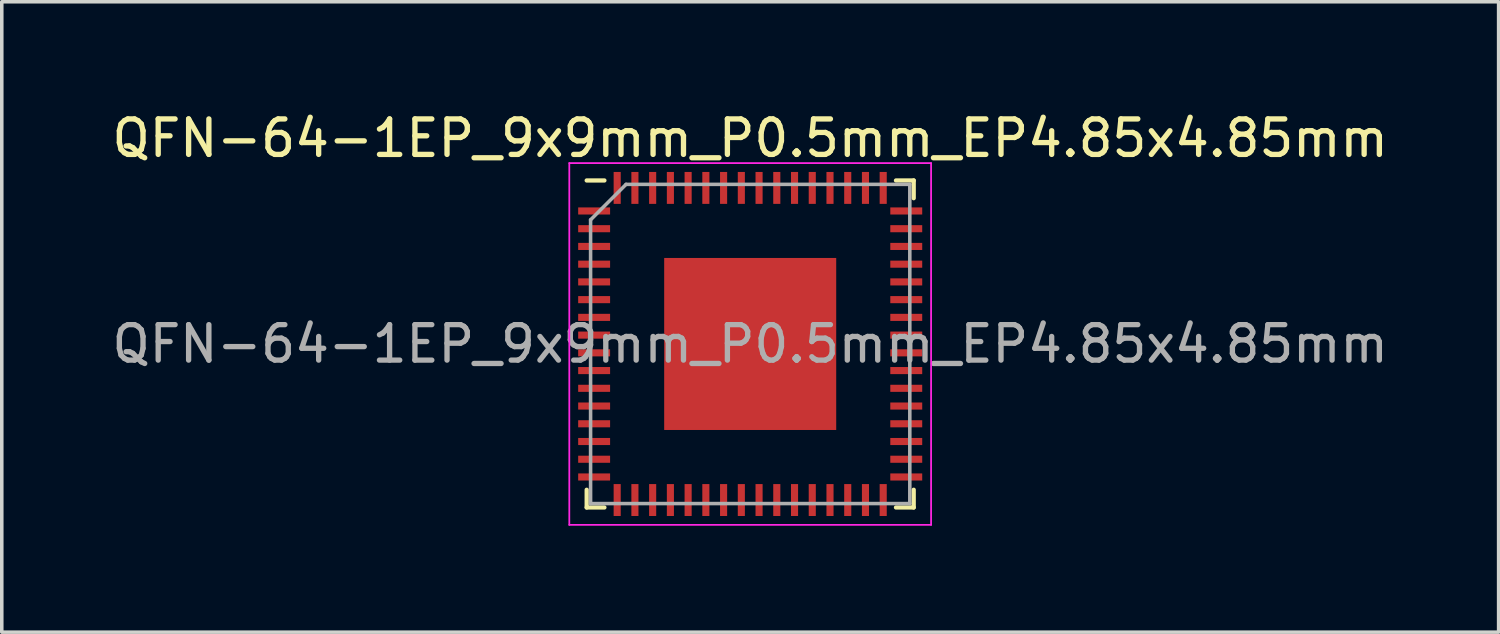
<source format=kicad_pcb>
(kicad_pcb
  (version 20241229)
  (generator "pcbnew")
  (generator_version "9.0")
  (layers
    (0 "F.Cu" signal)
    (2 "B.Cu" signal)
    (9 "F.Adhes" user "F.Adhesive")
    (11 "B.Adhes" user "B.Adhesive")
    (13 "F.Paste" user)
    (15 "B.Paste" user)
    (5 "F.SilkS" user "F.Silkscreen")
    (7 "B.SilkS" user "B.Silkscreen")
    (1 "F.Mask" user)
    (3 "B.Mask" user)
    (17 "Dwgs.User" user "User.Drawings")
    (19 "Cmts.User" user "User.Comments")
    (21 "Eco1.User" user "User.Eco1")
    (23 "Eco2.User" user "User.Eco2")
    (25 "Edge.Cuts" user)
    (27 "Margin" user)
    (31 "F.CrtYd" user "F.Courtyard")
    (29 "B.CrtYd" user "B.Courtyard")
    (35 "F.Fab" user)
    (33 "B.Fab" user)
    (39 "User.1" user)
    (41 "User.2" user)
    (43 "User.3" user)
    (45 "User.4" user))
  (footprint "QFN-64-1EP_9x9mm_P0.5mm_EP4.85x4.85mm"
    (layer "F.Cu")
    (at 18.101 6.648)
    (property "Reference" "QFN-64-1EP_9x9mm_P0.5mm_EP4.85x4.85mm" (at 0 -5.8 0) (layer "F.SilkS") (effects (font (size 1 1) (thickness 0.15))))
    (attr smd)
    (fp_line (start -4.61 4.61) (end -4.61 4.11) (stroke (width 0.12) (type solid)) (layer "F.SilkS"))
    (fp_line (start -4.11 -4.61) (end -4.61 -4.61) (stroke (width 0.12) (type solid)) (layer "F.SilkS"))
    (fp_line (start -4.11 4.61) (end -4.61 4.61) (stroke (width 0.12) (type solid)) (layer "F.SilkS"))
    (fp_line (start 4.11 -4.61) (end 4.61 -4.61) (stroke (width 0.12) (type solid)) (layer "F.SilkS"))
    (fp_line (start 4.11 4.61) (end 4.61 4.61) (stroke (width 0.12) (type solid)) (layer "F.SilkS"))
    (fp_line (start 4.61 -4.61) (end 4.61 -4.11) (stroke (width 0.12) (type solid)) (layer "F.SilkS"))
    (fp_line (start 4.61 4.61) (end 4.61 4.11) (stroke (width 0.12) (type solid)) (layer "F.SilkS"))
    (fp_line (start -5.1 -5.1) (end -5.1 5.1) (stroke (width 0.05) (type solid)) (layer "F.CrtYd"))
    (fp_line (start -5.1 5.1) (end 5.1 5.1) (stroke (width 0.05) (type solid)) (layer "F.CrtYd"))
    (fp_line (start 5.1 -5.1) (end -5.1 -5.1) (stroke (width 0.05) (type solid)) (layer "F.CrtYd"))
    (fp_line (start 5.1 5.1) (end 5.1 -5.1) (stroke (width 0.05) (type solid)) (layer "F.CrtYd"))
    (fp_line (start -4.5 -3.5) (end -3.5 -4.5) (stroke (width 0.1) (type solid)) (layer "F.Fab"))
    (fp_line (start -4.5 4.5) (end -4.5 -3.5) (stroke (width 0.1) (type solid)) (layer "F.Fab"))
    (fp_line (start -3.5 -4.5) (end 4.5 -4.5) (stroke (width 0.1) (type solid)) (layer "F.Fab"))
    (fp_line (start 4.5 -4.5) (end 4.5 4.5) (stroke (width 0.1) (type solid)) (layer "F.Fab"))
    (fp_line (start 4.5 4.5) (end -4.5 4.5) (stroke (width 0.1) (type solid)) (layer "F.Fab"))
    (fp_text user "${REFERENCE}" (at 0 0 0) (layer "F.Fab") (effects (font (size 1 1) (thickness 0.15))))
    (pad "" smd rect (at -1.54 -1.54) (size 1.3 1.3) (layers "F.Paste"))
    (pad "" smd rect (at -1.54 0) (size 1.3 1.3) (layers "F.Paste"))
    (pad "" smd rect (at -1.54 1.54) (size 1.3 1.3) (layers "F.Paste"))
    (pad "" smd rect (at 0 -1.54) (size 1.3 1.3) (layers "F.Paste"))
    (pad "" smd rect (at 0 0) (size 1.3 1.3) (layers "F.Paste"))
    (pad "" smd rect (at 0 1.54) (size 1.3 1.3) (layers "F.Paste"))
    (pad "" smd rect (at 1.54 -1.54) (size 1.3 1.3) (layers "F.Paste"))
    (pad "" smd rect (at 1.54 0) (size 1.3 1.3) (layers "F.Paste"))
    (pad "" smd rect (at 1.54 1.54) (size 1.3 1.3) (layers "F.Paste"))
    (pad "1" smd rect (at -4.4 -3.75) (size 0.9 0.2) (layers "F.Cu" "F.Mask" "F.Paste"))
    (pad "2" smd rect (at -4.4 -3.25) (size 0.9 0.2) (layers "F.Cu" "F.Mask" "F.Paste"))
    (pad "3" smd rect (at -4.4 -2.75) (size 0.9 0.2) (layers "F.Cu" "F.Mask" "F.Paste"))
    (pad "4" smd rect (at -4.4 -2.25) (size 0.9 0.2) (layers "F.Cu" "F.Mask" "F.Paste"))
    (pad "5" smd rect (at -4.4 -1.75) (size 0.9 0.2) (layers "F.Cu" "F.Mask" "F.Paste"))
    (pad "6" smd rect (at -4.4 -1.25) (size 0.9 0.2) (layers "F.Cu" "F.Mask" "F.Paste"))
    (pad "7" smd rect (at -4.4 -0.75) (size 0.9 0.2) (layers "F.Cu" "F.Mask" "F.Paste"))
    (pad "8" smd rect (at -4.4 -0.25) (size 0.9 0.2) (layers "F.Cu" "F.Mask" "F.Paste"))
    (pad "9" smd rect (at -4.4 0.25) (size 0.9 0.2) (layers "F.Cu" "F.Mask" "F.Paste"))
    (pad "10" smd rect (at -4.4 0.75) (size 0.9 0.2) (layers "F.Cu" "F.Mask" "F.Paste"))
    (pad "11" smd rect (at -4.4 1.25) (size 0.9 0.2) (layers "F.Cu" "F.Mask" "F.Paste"))
    (pad "12" smd rect (at -4.4 1.75) (size 0.9 0.2) (layers "F.Cu" "F.Mask" "F.Paste"))
    (pad "13" smd rect (at -4.4 2.25) (size 0.9 0.2) (layers "F.Cu" "F.Mask" "F.Paste"))
    (pad "14" smd rect (at -4.4 2.75) (size 0.9 0.2) (layers "F.Cu" "F.Mask" "F.Paste"))
    (pad "15" smd rect (at -4.4 3.25) (size 0.9 0.2) (layers "F.Cu" "F.Mask" "F.Paste"))
    (pad "16" smd rect (at -4.4 3.75) (size 0.9 0.2) (layers "F.Cu" "F.Mask" "F.Paste"))
    (pad "17" smd rect (at -3.75 4.4) (size 0.2 0.9) (layers "F.Cu" "F.Mask" "F.Paste"))
    (pad "18" smd rect (at -3.25 4.4) (size 0.2 0.9) (layers "F.Cu" "F.Mask" "F.Paste"))
    (pad "19" smd rect (at -2.75 4.4) (size 0.2 0.9) (layers "F.Cu" "F.Mask" "F.Paste"))
    (pad "20" smd rect (at -2.25 4.4) (size 0.2 0.9) (layers "F.Cu" "F.Mask" "F.Paste"))
    (pad "21" smd rect (at -1.75 4.4) (size 0.2 0.9) (layers "F.Cu" "F.Mask" "F.Paste"))
    (pad "22" smd rect (at -1.25 4.4) (size 0.2 0.9) (layers "F.Cu" "F.Mask" "F.Paste"))
    (pad "23" smd rect (at -0.75 4.4) (size 0.2 0.9) (layers "F.Cu" "F.Mask" "F.Paste"))
    (pad "24" smd rect (at -0.25 4.4) (size 0.2 0.9) (layers "F.Cu" "F.Mask" "F.Paste"))
    (pad "25" smd rect (at 0.25 4.4) (size 0.2 0.9) (layers "F.Cu" "F.Mask" "F.Paste"))
    (pad "26" smd rect (at 0.75 4.4) (size 0.2 0.9) (layers "F.Cu" "F.Mask" "F.Paste"))
    (pad "27" smd rect (at 1.25 4.4) (size 0.2 0.9) (layers "F.Cu" "F.Mask" "F.Paste"))
    (pad "28" smd rect (at 1.75 4.4) (size 0.2 0.9) (layers "F.Cu" "F.Mask" "F.Paste"))
    (pad "29" smd rect (at 2.25 4.4) (size 0.2 0.9) (layers "F.Cu" "F.Mask" "F.Paste"))
    (pad "30" smd rect (at 2.75 4.4) (size 0.2 0.9) (layers "F.Cu" "F.Mask" "F.Paste"))
    (pad "31" smd rect (at 3.25 4.4) (size 0.2 0.9) (layers "F.Cu" "F.Mask" "F.Paste"))
    (pad "32" smd rect (at 3.75 4.4) (size 0.2 0.9) (layers "F.Cu" "F.Mask" "F.Paste"))
    (pad "33" smd rect (at 4.4 3.75) (size 0.9 0.2) (layers "F.Cu" "F.Mask" "F.Paste"))
    (pad "34" smd rect (at 4.4 3.25) (size 0.9 0.2) (layers "F.Cu" "F.Mask" "F.Paste"))
    (pad "35" smd rect (at 4.4 2.75) (size 0.9 0.2) (layers "F.Cu" "F.Mask" "F.Paste"))
    (pad "36" smd rect (at 4.4 2.25) (size 0.9 0.2) (layers "F.Cu" "F.Mask" "F.Paste"))
    (pad "37" smd rect (at 4.4 1.75) (size 0.9 0.2) (layers "F.Cu" "F.Mask" "F.Paste"))
    (pad "38" smd rect (at 4.4 1.25) (size 0.9 0.2) (layers "F.Cu" "F.Mask" "F.Paste"))
    (pad "39" smd rect (at 4.4 0.75) (size 0.9 0.2) (layers "F.Cu" "F.Mask" "F.Paste"))
    (pad "40" smd rect (at 4.4 0.25) (size 0.9 0.2) (layers "F.Cu" "F.Mask" "F.Paste"))
    (pad "41" smd rect (at 4.4 -0.25) (size 0.9 0.2) (layers "F.Cu" "F.Mask" "F.Paste"))
    (pad "42" smd rect (at 4.4 -0.75) (size 0.9 0.2) (layers "F.Cu" "F.Mask" "F.Paste"))
    (pad "43" smd rect (at 4.4 -1.25) (size 0.9 0.2) (layers "F.Cu" "F.Mask" "F.Paste"))
    (pad "44" smd rect (at 4.4 -1.75) (size 0.9 0.2) (layers "F.Cu" "F.Mask" "F.Paste"))
    (pad "45" smd rect (at 4.4 -2.25) (size 0.9 0.2) (layers "F.Cu" "F.Mask" "F.Paste"))
    (pad "46" smd rect (at 4.4 -2.75) (size 0.9 0.2) (layers "F.Cu" "F.Mask" "F.Paste"))
    (pad "47" smd rect (at 4.4 -3.25) (size 0.9 0.2) (layers "F.Cu" "F.Mask" "F.Paste"))
    (pad "48" smd rect (at 4.4 -3.75) (size 0.9 0.2) (layers "F.Cu" "F.Mask" "F.Paste"))
    (pad "49" smd rect (at 3.75 -4.4) (size 0.2 0.9) (layers "F.Cu" "F.Mask" "F.Paste"))
    (pad "50" smd rect (at 3.25 -4.4) (size 0.2 0.9) (layers "F.Cu" "F.Mask" "F.Paste"))
    (pad "51" smd rect (at 2.75 -4.4) (size 0.2 0.9) (layers "F.Cu" "F.Mask" "F.Paste"))
    (pad "52" smd rect (at 2.25 -4.4) (size 0.2 0.9) (layers "F.Cu" "F.Mask" "F.Paste"))
    (pad "53" smd rect (at 1.75 -4.4) (size 0.2 0.9) (layers "F.Cu" "F.Mask" "F.Paste"))
    (pad "54" smd rect (at 1.25 -4.4) (size 0.2 0.9) (layers "F.Cu" "F.Mask" "F.Paste"))
    (pad "55" smd rect (at 0.75 -4.4) (size 0.2 0.9) (layers "F.Cu" "F.Mask" "F.Paste"))
    (pad "56" smd rect (at 0.25 -4.4) (size 0.2 0.9) (layers "F.Cu" "F.Mask" "F.Paste"))
    (pad "57" smd rect (at -0.25 -4.4) (size 0.2 0.9) (layers "F.Cu" "F.Mask" "F.Paste"))
    (pad "58" smd rect (at -0.75 -4.4) (size 0.2 0.9) (layers "F.Cu" "F.Mask" "F.Paste"))
    (pad "59" smd rect (at -1.25 -4.4) (size 0.2 0.9) (layers "F.Cu" "F.Mask" "F.Paste"))
    (pad "60" smd rect (at -1.75 -4.4) (size 0.2 0.9) (layers "F.Cu" "F.Mask" "F.Paste"))
    (pad "61" smd rect (at -2.25 -4.4) (size 0.2 0.9) (layers "F.Cu" "F.Mask" "F.Paste"))
    (pad "62" smd rect (at -2.75 -4.4) (size 0.2 0.9) (layers "F.Cu" "F.Mask" "F.Paste"))
    (pad "63" smd rect (at -3.25 -4.4) (size 0.2 0.9) (layers "F.Cu" "F.Mask" "F.Paste"))
    (pad "64" smd rect (at -3.75 -4.4) (size 0.2 0.9) (layers "F.Cu" "F.Mask" "F.Paste"))
    (pad "65" smd rect (at 0 0) (size 4.85 4.85) (layers "F.Cu" "F.Mask")))
  (gr_rect
    (start -3 -3)
    (end 39.202 14.773)
    (stroke (width 0.1) (type default))
    (fill no)
    (layer "Edge.Cuts")))
</source>
